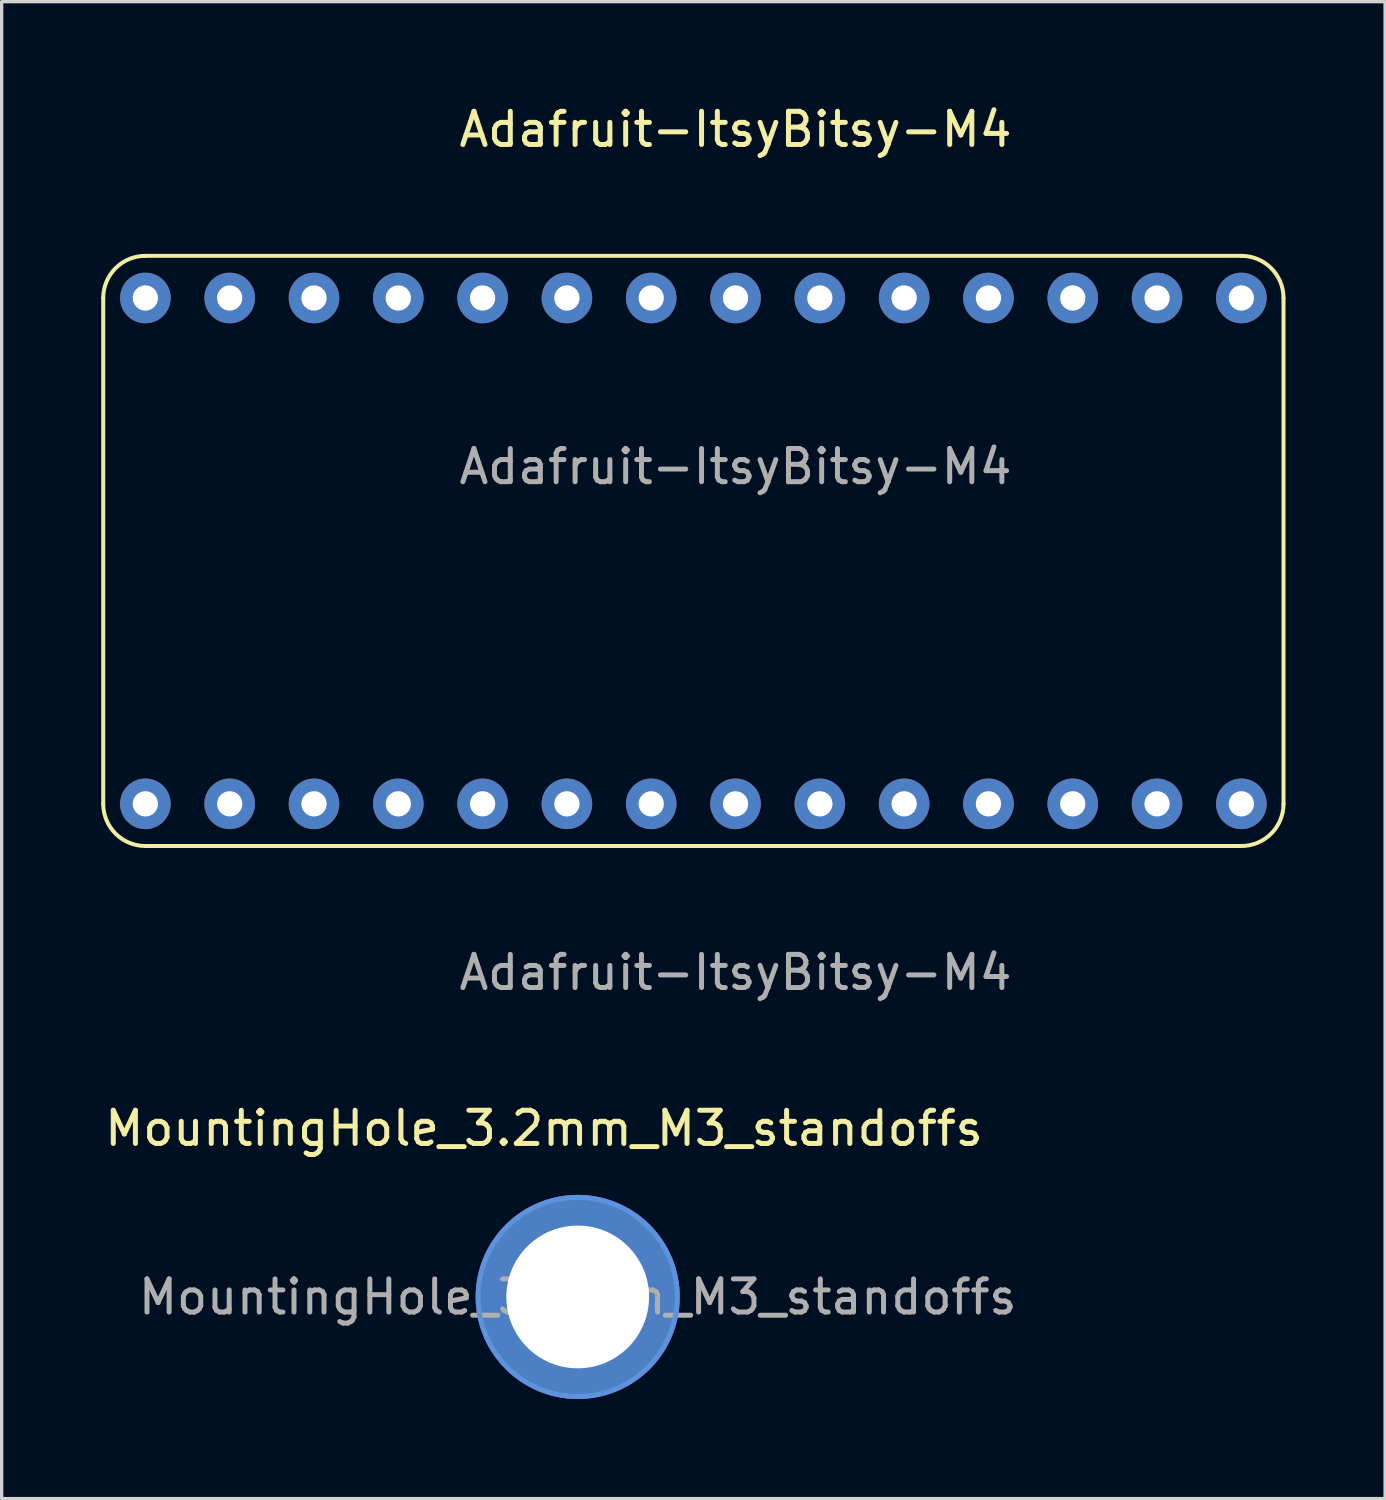
<source format=kicad_pcb>
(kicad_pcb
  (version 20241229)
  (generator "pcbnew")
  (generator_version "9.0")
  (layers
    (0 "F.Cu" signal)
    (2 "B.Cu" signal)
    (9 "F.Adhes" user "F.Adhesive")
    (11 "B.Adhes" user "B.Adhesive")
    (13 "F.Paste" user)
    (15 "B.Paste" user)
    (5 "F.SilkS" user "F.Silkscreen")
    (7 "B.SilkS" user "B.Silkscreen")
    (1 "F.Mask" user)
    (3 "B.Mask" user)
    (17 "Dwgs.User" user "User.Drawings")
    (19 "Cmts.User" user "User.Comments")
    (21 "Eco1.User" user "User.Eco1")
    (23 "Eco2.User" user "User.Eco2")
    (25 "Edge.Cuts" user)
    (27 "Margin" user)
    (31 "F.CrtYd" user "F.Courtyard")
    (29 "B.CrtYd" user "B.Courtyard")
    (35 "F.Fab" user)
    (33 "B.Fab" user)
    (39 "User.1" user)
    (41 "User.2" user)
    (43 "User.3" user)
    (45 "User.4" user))
  (footprint "MountingHole_3.2mm_M3_standoffs"
    (layer "F.Cu")
    (at 14.355 36.025)
    (property "Reference" "MountingHole_3.2mm_M3_standoffs" (at -1.016 -5.08 0) (layer "F.SilkS") (effects (font (size 1 1) (thickness 0.15))))
    (attr exclude_from_pos_files exclude_from_bom)
    (fp_circle (center 0 0) (end 3 0) (stroke (width 0.15) (type solid)) (fill no) (layer "Cmts.User"))
    (fp_circle (center 0 0) (end 3.05 0) (stroke (width 0.05) (type solid)) (fill no) (layer "F.CrtYd"))
    (fp_text user "${REFERENCE}" (at 0 0 0) (layer "F.Fab") (effects (font (size 1 1) (thickness 0.15))))
    (pad "1" thru_hole circle (at 0 0) (size 6 6) (drill 4.3) (layers "*.Cu" "*.Mask")))
  (footprint "Adafruit-ItsyBitsy-M4"
    (layer "F.Cu")
    (at 19.11 13.548)
    (property "Reference" "Adafruit-ItsyBitsy-M4" (at 0 -12.7 0) (unlocked yes) (layer "F.SilkS") (effects (font (size 1 1) (thickness 0.15))))
    (attr through_hole)
    (fp_line (start -19.05 7.62) (end -19.05 -7.62) (stroke (width 0.12) (type solid)) (layer "F.SilkS"))
    (fp_line (start 15.24 -8.89) (end -17.78 -8.89) (stroke (width 0.12) (type solid)) (layer "F.SilkS"))
    (fp_line (start 15.24 8.89) (end -17.78 8.89) (stroke (width 0.12) (type solid)) (layer "F.SilkS"))
    (fp_line (start 16.51 7.62) (end 16.51 -7.62) (stroke (width 0.12) (type solid)) (layer "F.SilkS"))
    (fp_arc (start -19.05 -7.62) (mid -18.678026 -8.518026) (end -17.78 -8.89) (stroke (width 0.12) (type solid)) (layer "F.SilkS"))
    (fp_arc (start -17.78 8.89) (mid -18.678026 8.518026) (end -19.05 7.62) (stroke (width 0.12) (type solid)) (layer "F.SilkS"))
    (fp_arc (start 15.24 -8.89) (mid 16.138026 -8.518026) (end 16.51 -7.62) (stroke (width 0.12) (type solid)) (layer "F.SilkS"))
    (fp_arc (start 16.51 7.62) (mid 16.138026 8.518026) (end 15.24 8.89) (stroke (width 0.12) (type solid)) (layer "F.SilkS"))
    (fp_text user "${REFERENCE}" (at 0 12.7 0) (unlocked yes) (layer "F.Fab") (effects (font (size 1 1) (thickness 0.15))))
    (fp_text user "${REFERENCE}" (at 0 -2.54 0) (unlocked yes) (layer "F.Fab") (effects (font (size 1 1) (thickness 0.15))))
    (pad "1" thru_hole circle (at -17.78 7.62) (size 1.524 1.524) (drill 0.762) (layers "*.Cu" "*.Mask"))
    (pad "2" thru_hole circle (at -15.24 7.62) (size 1.524 1.524) (drill 0.762) (layers "*.Cu" "*.Mask"))
    (pad "3" thru_hole circle (at -12.7 7.62) (size 1.524 1.524) (drill 0.762) (layers "*.Cu" "*.Mask"))
    (pad "4" thru_hole circle (at -10.16 7.62) (size 1.524 1.524) (drill 0.762) (layers "*.Cu" "*.Mask"))
    (pad "5" thru_hole circle (at -7.62 7.62) (size 1.524 1.524) (drill 0.762) (layers "*.Cu" "*.Mask"))
    (pad "6" thru_hole circle (at -5.08 7.62 90) (size 1.524 1.524) (drill 0.762) (layers "*.Cu" "*.Mask"))
    (pad "7" thru_hole circle (at -2.54 7.62) (size 1.524 1.524) (drill 0.762) (layers "*.Cu" "*.Mask"))
    (pad "8" thru_hole circle (at 0 7.62) (size 1.524 1.524) (drill 0.762) (layers "*.Cu" "*.Mask"))
    (pad "9" thru_hole circle (at 2.54 7.62) (size 1.524 1.524) (drill 0.762) (layers "*.Cu" "*.Mask"))
    (pad "10" thru_hole circle (at 5.08 7.62) (size 1.524 1.524) (drill 0.762) (layers "*.Cu" "*.Mask"))
    (pad "11" thru_hole circle (at 7.62 7.62) (size 1.524 1.524) (drill 0.762) (layers "*.Cu" "*.Mask"))
    (pad "12" thru_hole circle (at 10.16 7.62) (size 1.524 1.524) (drill 0.762) (layers "*.Cu" "*.Mask"))
    (pad "13" thru_hole circle (at 12.7 7.62) (size 1.524 1.524) (drill 0.762) (layers "*.Cu" "*.Mask"))
    (pad "14" thru_hole circle (at 15.24 7.62) (size 1.524 1.524) (drill 0.762) (layers "*.Cu" "*.Mask"))
    (pad "20" thru_hole circle (at 15.24 -7.62) (size 1.524 1.524) (drill 0.762) (layers "*.Cu" "*.Mask"))
    (pad "21" thru_hole circle (at 12.7 -7.62) (size 1.524 1.524) (drill 0.762) (layers "*.Cu" "*.Mask"))
    (pad "22" thru_hole circle (at 10.16 -7.62) (size 1.524 1.524) (drill 0.762) (layers "*.Cu" "*.Mask"))
    (pad "23" thru_hole circle (at 7.62 -7.62) (size 1.524 1.524) (drill 0.762) (layers "*.Cu" "*.Mask"))
    (pad "24" thru_hole circle (at 5.08 -7.62) (size 1.524 1.524) (drill 0.762) (layers "*.Cu" "*.Mask"))
    (pad "25" thru_hole circle (at 2.54 -7.62) (size 1.524 1.524) (drill 0.762) (layers "*.Cu" "*.Mask"))
    (pad "26" thru_hole circle (at 0 -7.62) (size 1.524 1.524) (drill 0.762) (layers "*.Cu" "*.Mask"))
    (pad "27" thru_hole circle (at -2.54 -7.62) (size 1.524 1.524) (drill 0.762) (layers "*.Cu" "*.Mask"))
    (pad "28" thru_hole circle (at -5.08 -7.62 90) (size 1.524 1.524) (drill 0.762) (layers "*.Cu" "*.Mask"))
    (pad "29" thru_hole circle (at -7.62 -7.62) (size 1.524 1.524) (drill 0.762) (layers "*.Cu" "*.Mask"))
    (pad "30" thru_hole circle (at -10.16 -7.62) (size 1.524 1.524) (drill 0.762) (layers "*.Cu" "*.Mask"))
    (pad "31" thru_hole circle (at -12.7 -7.62) (size 1.524 1.524) (drill 0.762) (layers "*.Cu" "*.Mask"))
    (pad "32" thru_hole circle (at -15.24 -7.62) (size 1.524 1.524) (drill 0.762) (layers "*.Cu" "*.Mask"))
    (pad "33" thru_hole circle (at -17.78 -7.62) (size 1.524 1.524) (drill 0.762) (layers "*.Cu" "*.Mask")))
  (gr_rect
    (start -3 -3)
    (end 38.68 42.1)
    (stroke (width 0.1) (type default))
    (fill no)
    (layer "Edge.Cuts")))
</source>
